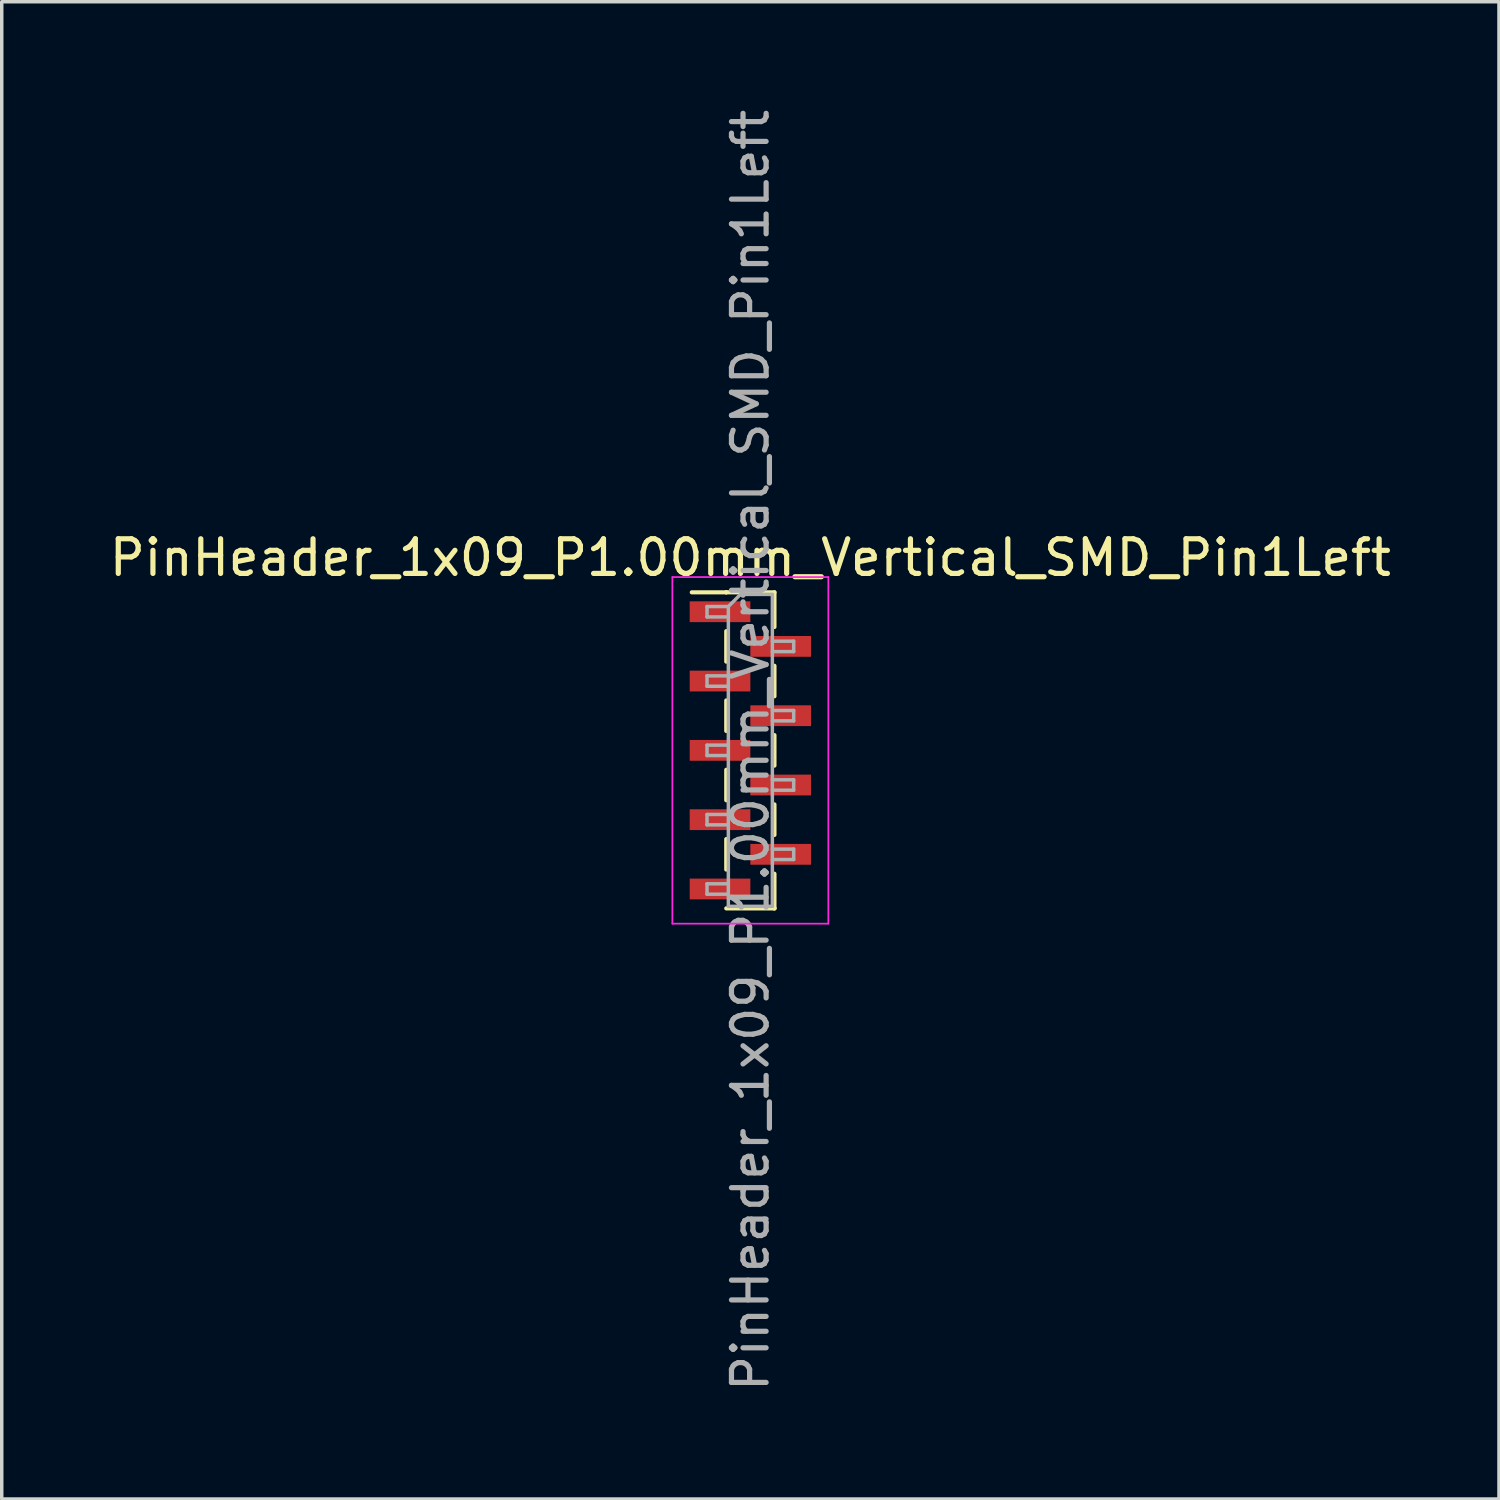
<source format=kicad_pcb>
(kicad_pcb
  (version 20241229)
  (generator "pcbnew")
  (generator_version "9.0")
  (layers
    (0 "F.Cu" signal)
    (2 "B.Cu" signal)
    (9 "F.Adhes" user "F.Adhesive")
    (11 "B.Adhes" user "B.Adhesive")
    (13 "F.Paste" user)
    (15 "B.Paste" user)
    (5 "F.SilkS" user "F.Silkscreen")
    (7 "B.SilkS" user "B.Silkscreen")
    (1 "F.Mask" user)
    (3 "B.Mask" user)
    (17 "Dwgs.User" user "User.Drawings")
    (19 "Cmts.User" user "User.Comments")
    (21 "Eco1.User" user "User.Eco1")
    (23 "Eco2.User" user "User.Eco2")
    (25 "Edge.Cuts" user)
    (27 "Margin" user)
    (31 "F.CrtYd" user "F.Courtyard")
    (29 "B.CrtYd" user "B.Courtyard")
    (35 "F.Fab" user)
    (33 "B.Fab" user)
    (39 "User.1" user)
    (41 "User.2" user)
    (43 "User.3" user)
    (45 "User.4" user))
  (footprint "PinHeader_1x09_P1.00mm_Vertical_SMD_Pin1Left"
    (layer "F.Cu")
    (at 18.601 18.601)
    (property "Reference" "PinHeader_1x09_P1.00mm_Vertical_SMD_Pin1Left" (at 0 -5.56 0) (layer "F.SilkS") (effects (font (size 1 1) (thickness 0.15))))
    (attr smd)
    (fp_line (start -0.695 -4.56) (end -1.69 -4.56) (stroke (width 0.12) (type solid)) (layer "F.SilkS"))
    (fp_line (start -0.695 -4.56) (end -0.695 -4.56) (stroke (width 0.12) (type solid)) (layer "F.SilkS"))
    (fp_line (start -0.695 -4.56) (end 0.695 -4.56) (stroke (width 0.12) (type solid)) (layer "F.SilkS"))
    (fp_line (start -0.695 -3.44) (end -0.695 -2.56) (stroke (width 0.12) (type solid)) (layer "F.SilkS"))
    (fp_line (start -0.695 -1.44) (end -0.695 -0.56) (stroke (width 0.12) (type solid)) (layer "F.SilkS"))
    (fp_line (start -0.695 0.56) (end -0.695 1.44) (stroke (width 0.12) (type solid)) (layer "F.SilkS"))
    (fp_line (start -0.695 2.56) (end -0.695 3.44) (stroke (width 0.12) (type solid)) (layer "F.SilkS"))
    (fp_line (start -0.695 4.56) (end 0.695 4.56) (stroke (width 0.12) (type solid)) (layer "F.SilkS"))
    (fp_line (start 0.695 -4.56) (end 0.695 -3.56) (stroke (width 0.12) (type solid)) (layer "F.SilkS"))
    (fp_line (start 0.695 -2.44) (end 0.695 -1.56) (stroke (width 0.12) (type solid)) (layer "F.SilkS"))
    (fp_line (start 0.695 -0.44) (end 0.695 0.44) (stroke (width 0.12) (type solid)) (layer "F.SilkS"))
    (fp_line (start 0.695 1.56) (end 0.695 2.44) (stroke (width 0.12) (type solid)) (layer "F.SilkS"))
    (fp_line (start 0.695 3.56) (end 0.695 4.56) (stroke (width 0.12) (type solid)) (layer "F.SilkS"))
    (fp_line (start 0.695 4.56) (end 0.695 4.56) (stroke (width 0.12) (type solid)) (layer "F.SilkS"))
    (fp_line (start -2.25 -5) (end -2.25 5) (stroke (width 0.05) (type solid)) (layer "F.CrtYd"))
    (fp_line (start -2.25 5) (end 2.25 5) (stroke (width 0.05) (type solid)) (layer "F.CrtYd"))
    (fp_line (start 2.25 -5) (end -2.25 -5) (stroke (width 0.05) (type solid)) (layer "F.CrtYd"))
    (fp_line (start 2.25 5) (end 2.25 -5) (stroke (width 0.05) (type solid)) (layer "F.CrtYd"))
    (fp_line (start -1.25 -4.15) (end -1.25 -3.85) (stroke (width 0.1) (type solid)) (layer "F.Fab"))
    (fp_line (start -1.25 -3.85) (end -0.635 -3.85) (stroke (width 0.1) (type solid)) (layer "F.Fab"))
    (fp_line (start -1.25 -2.15) (end -1.25 -1.85) (stroke (width 0.1) (type solid)) (layer "F.Fab"))
    (fp_line (start -1.25 -1.85) (end -0.635 -1.85) (stroke (width 0.1) (type solid)) (layer "F.Fab"))
    (fp_line (start -1.25 -0.15) (end -1.25 0.15) (stroke (width 0.1) (type solid)) (layer "F.Fab"))
    (fp_line (start -1.25 0.15) (end -0.635 0.15) (stroke (width 0.1) (type solid)) (layer "F.Fab"))
    (fp_line (start -1.25 1.85) (end -1.25 2.15) (stroke (width 0.1) (type solid)) (layer "F.Fab"))
    (fp_line (start -1.25 2.15) (end -0.635 2.15) (stroke (width 0.1) (type solid)) (layer "F.Fab"))
    (fp_line (start -1.25 3.85) (end -1.25 4.15) (stroke (width 0.1) (type solid)) (layer "F.Fab"))
    (fp_line (start -1.25 4.15) (end -0.635 4.15) (stroke (width 0.1) (type solid)) (layer "F.Fab"))
    (fp_line (start -0.635 -4.15) (end -1.25 -4.15) (stroke (width 0.1) (type solid)) (layer "F.Fab"))
    (fp_line (start -0.635 -4.15) (end -0.285 -4.5) (stroke (width 0.1) (type solid)) (layer "F.Fab"))
    (fp_line (start -0.635 -2.15) (end -1.25 -2.15) (stroke (width 0.1) (type solid)) (layer "F.Fab"))
    (fp_line (start -0.635 -0.15) (end -1.25 -0.15) (stroke (width 0.1) (type solid)) (layer "F.Fab"))
    (fp_line (start -0.635 1.85) (end -1.25 1.85) (stroke (width 0.1) (type solid)) (layer "F.Fab"))
    (fp_line (start -0.635 3.85) (end -1.25 3.85) (stroke (width 0.1) (type solid)) (layer "F.Fab"))
    (fp_line (start -0.635 4.5) (end -0.635 -4.15) (stroke (width 0.1) (type solid)) (layer "F.Fab"))
    (fp_line (start -0.285 -4.5) (end 0.635 -4.5) (stroke (width 0.1) (type solid)) (layer "F.Fab"))
    (fp_line (start 0.635 -4.5) (end 0.635 4.5) (stroke (width 0.1) (type solid)) (layer "F.Fab"))
    (fp_line (start 0.635 -3.15) (end 1.25 -3.15) (stroke (width 0.1) (type solid)) (layer "F.Fab"))
    (fp_line (start 0.635 -1.15) (end 1.25 -1.15) (stroke (width 0.1) (type solid)) (layer "F.Fab"))
    (fp_line (start 0.635 0.85) (end 1.25 0.85) (stroke (width 0.1) (type solid)) (layer "F.Fab"))
    (fp_line (start 0.635 2.85) (end 1.25 2.85) (stroke (width 0.1) (type solid)) (layer "F.Fab"))
    (fp_line (start 0.635 4.5) (end -0.635 4.5) (stroke (width 0.1) (type solid)) (layer "F.Fab"))
    (fp_line (start 1.25 -3.15) (end 1.25 -2.85) (stroke (width 0.1) (type solid)) (layer "F.Fab"))
    (fp_line (start 1.25 -2.85) (end 0.635 -2.85) (stroke (width 0.1) (type solid)) (layer "F.Fab"))
    (fp_line (start 1.25 -1.15) (end 1.25 -0.85) (stroke (width 0.1) (type solid)) (layer "F.Fab"))
    (fp_line (start 1.25 -0.85) (end 0.635 -0.85) (stroke (width 0.1) (type solid)) (layer "F.Fab"))
    (fp_line (start 1.25 0.85) (end 1.25 1.15) (stroke (width 0.1) (type solid)) (layer "F.Fab"))
    (fp_line (start 1.25 1.15) (end 0.635 1.15) (stroke (width 0.1) (type solid)) (layer "F.Fab"))
    (fp_line (start 1.25 2.85) (end 1.25 3.15) (stroke (width 0.1) (type solid)) (layer "F.Fab"))
    (fp_line (start 1.25 3.15) (end 0.635 3.15) (stroke (width 0.1) (type solid)) (layer "F.Fab"))
    (fp_text user "${REFERENCE}" (at 0 0 90) (layer "F.Fab") (effects (font (size 1 1) (thickness 0.15))))
    (pad "1" smd rect (at -0.875 -4) (size 1.75 0.6) (layers "F.Cu" "F.Mask" "F.Paste"))
    (pad "2" smd rect (at 0.875 -3) (size 1.75 0.6) (layers "F.Cu" "F.Mask" "F.Paste"))
    (pad "3" smd rect (at -0.875 -2) (size 1.75 0.6) (layers "F.Cu" "F.Mask" "F.Paste"))
    (pad "4" smd rect (at 0.875 -1) (size 1.75 0.6) (layers "F.Cu" "F.Mask" "F.Paste"))
    (pad "5" smd rect (at -0.875 0) (size 1.75 0.6) (layers "F.Cu" "F.Mask" "F.Paste"))
    (pad "6" smd rect (at 0.875 1) (size 1.75 0.6) (layers "F.Cu" "F.Mask" "F.Paste"))
    (pad "7" smd rect (at -0.875 2) (size 1.75 0.6) (layers "F.Cu" "F.Mask" "F.Paste"))
    (pad "8" smd rect (at 0.875 3) (size 1.75 0.6) (layers "F.Cu" "F.Mask" "F.Paste"))
    (pad "9" smd rect (at -0.875 4) (size 1.75 0.6) (layers "F.Cu" "F.Mask" "F.Paste")))
  (gr_rect
    (start -3 -3)
    (end 40.202 40.202)
    (stroke (width 0.1) (type default))
    (fill no)
    (layer "Edge.Cuts")))
</source>
